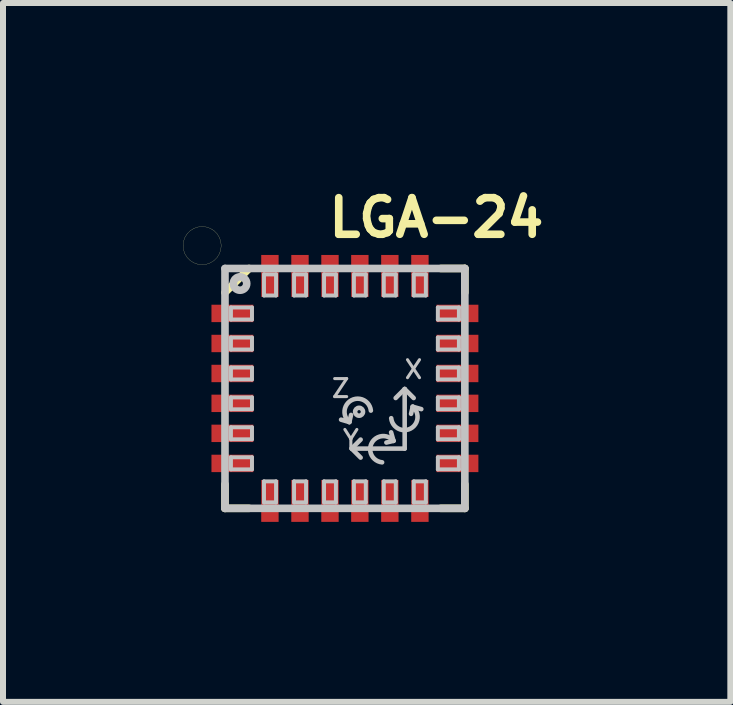
<source format=kicad_pcb>
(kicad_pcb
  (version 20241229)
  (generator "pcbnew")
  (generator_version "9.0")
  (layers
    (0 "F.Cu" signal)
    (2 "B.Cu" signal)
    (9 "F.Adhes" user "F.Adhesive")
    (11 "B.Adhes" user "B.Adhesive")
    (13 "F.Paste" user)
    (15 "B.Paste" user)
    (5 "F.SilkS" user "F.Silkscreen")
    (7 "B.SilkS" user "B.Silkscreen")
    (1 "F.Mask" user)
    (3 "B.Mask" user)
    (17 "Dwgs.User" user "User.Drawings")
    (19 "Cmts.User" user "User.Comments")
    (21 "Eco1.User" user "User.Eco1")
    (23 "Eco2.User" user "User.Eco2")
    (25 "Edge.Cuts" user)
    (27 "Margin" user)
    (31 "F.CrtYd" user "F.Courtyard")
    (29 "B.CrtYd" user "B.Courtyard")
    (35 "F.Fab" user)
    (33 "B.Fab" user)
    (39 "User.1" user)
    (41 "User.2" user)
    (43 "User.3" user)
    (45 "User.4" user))
  (footprint "LGA-24"
    (layer "F.Cu")
    (at 2.699 3.424)
    (property "Reference" "LGA-24" (at 1.524 -2.845 0) (layer "F.SilkS") (effects (font (size 0.61 0.61) (thickness 0.127))))
    (attr smd)
    (fp_line (start -2.697 -2.38) (end -2.69 -2.309) (stroke (width 0.003) (type solid)) (layer "F.SilkS"))
    (fp_line (start -2.69 -2.451) (end -2.697 -2.38) (stroke (width 0.003) (type solid)) (layer "F.SilkS"))
    (fp_line (start -2.69 -2.309) (end -2.667 -2.243) (stroke (width 0.003) (type solid)) (layer "F.SilkS"))
    (fp_line (start -2.667 -2.517) (end -2.69 -2.451) (stroke (width 0.003) (type solid)) (layer "F.SilkS"))
    (fp_line (start -2.667 -2.243) (end -2.629 -2.182) (stroke (width 0.003) (type solid)) (layer "F.SilkS"))
    (fp_line (start -2.629 -2.578) (end -2.667 -2.517) (stroke (width 0.003) (type solid)) (layer "F.SilkS"))
    (fp_line (start -2.629 -2.182) (end -2.578 -2.131) (stroke (width 0.003) (type solid)) (layer "F.SilkS"))
    (fp_line (start -2.578 -2.629) (end -2.629 -2.578) (stroke (width 0.003) (type solid)) (layer "F.SilkS"))
    (fp_line (start -2.578 -2.131) (end -2.517 -2.093) (stroke (width 0.003) (type solid)) (layer "F.SilkS"))
    (fp_line (start -2.517 -2.667) (end -2.578 -2.629) (stroke (width 0.003) (type solid)) (layer "F.SilkS"))
    (fp_line (start -2.517 -2.093) (end -2.451 -2.07) (stroke (width 0.003) (type solid)) (layer "F.SilkS"))
    (fp_line (start -2.451 -2.69) (end -2.517 -2.667) (stroke (width 0.003) (type solid)) (layer "F.SilkS"))
    (fp_line (start -2.451 -2.07) (end -2.38 -2.062) (stroke (width 0.003) (type solid)) (layer "F.SilkS"))
    (fp_line (start -2.38 -2.697) (end -2.451 -2.69) (stroke (width 0.003) (type solid)) (layer "F.SilkS"))
    (fp_line (start -2.38 -2.062) (end -2.309 -2.07) (stroke (width 0.003) (type solid)) (layer "F.SilkS"))
    (fp_line (start -2.309 -2.69) (end -2.38 -2.697) (stroke (width 0.003) (type solid)) (layer "F.SilkS"))
    (fp_line (start -2.309 -2.07) (end -2.243 -2.093) (stroke (width 0.003) (type solid)) (layer "F.SilkS"))
    (fp_line (start -2.243 -2.667) (end -2.309 -2.69) (stroke (width 0.003) (type solid)) (layer "F.SilkS"))
    (fp_line (start -2.243 -2.093) (end -2.182 -2.131) (stroke (width 0.003) (type solid)) (layer "F.SilkS"))
    (fp_line (start -2.182 -2.629) (end -2.243 -2.667) (stroke (width 0.003) (type solid)) (layer "F.SilkS"))
    (fp_line (start -2.182 -2.131) (end -2.131 -2.182) (stroke (width 0.003) (type solid)) (layer "F.SilkS"))
    (fp_line (start -2.131 -2.578) (end -2.182 -2.629) (stroke (width 0.003) (type solid)) (layer "F.SilkS"))
    (fp_line (start -2.131 -2.182) (end -2.093 -2.243) (stroke (width 0.003) (type solid)) (layer "F.SilkS"))
    (fp_line (start -2.093 -2.517) (end -2.131 -2.578) (stroke (width 0.003) (type solid)) (layer "F.SilkS"))
    (fp_line (start -2.093 -2.243) (end -2.07 -2.309) (stroke (width 0.003) (type solid)) (layer "F.SilkS"))
    (fp_line (start -2.07 -2.451) (end -2.093 -2.517) (stroke (width 0.003) (type solid)) (layer "F.SilkS"))
    (fp_line (start -2.07 -2.309) (end -2.062 -2.38) (stroke (width 0.003) (type solid)) (layer "F.SilkS"))
    (fp_line (start -2.062 -2.38) (end -2.07 -2.451) (stroke (width 0.003) (type solid)) (layer "F.SilkS"))
    (fp_line (start -1.999 -1.598) (end -1.598 -1.999) (stroke (width 0.127) (type solid)) (layer "F.SilkS"))
    (fp_line (start -1.999 1.999) (end -1.999 1.598) (stroke (width 0.127) (type solid)) (layer "F.SilkS"))
    (fp_line (start -1.999 1.999) (end -1.598 1.999) (stroke (width 0.127) (type solid)) (layer "F.SilkS"))
    (fp_line (start 1.999 -1.999) (end 1.598 -1.999) (stroke (width 0.127) (type solid)) (layer "F.SilkS"))
    (fp_line (start 1.999 -1.999) (end 1.999 -1.598) (stroke (width 0.127) (type solid)) (layer "F.SilkS"))
    (fp_line (start 1.999 1.999) (end 1.598 1.999) (stroke (width 0.127) (type solid)) (layer "F.SilkS"))
    (fp_line (start 1.999 1.999) (end 1.999 1.598) (stroke (width 0.127) (type solid)) (layer "F.SilkS"))
    (fp_line (start -1.999 -1.999) (end 1.999 -1.999) (stroke (width 0.127) (type solid)) (layer "Dwgs.User"))
    (fp_line (start -1.999 1.999) (end -1.999 -1.999) (stroke (width 0.127) (type solid)) (layer "Dwgs.User"))
    (fp_line (start -1.9 -1.349) (end -1.549 -1.349) (stroke (width 0.066) (type solid)) (layer "Dwgs.User"))
    (fp_line (start -1.9 -1.148) (end -1.9 -1.349) (stroke (width 0.066) (type solid)) (layer "Dwgs.User"))
    (fp_line (start -1.9 -1.148) (end -1.549 -1.148) (stroke (width 0.066) (type solid)) (layer "Dwgs.User"))
    (fp_line (start -1.9 -0.848) (end -1.549 -0.848) (stroke (width 0.066) (type solid)) (layer "Dwgs.User"))
    (fp_line (start -1.9 -0.648) (end -1.9 -0.848) (stroke (width 0.066) (type solid)) (layer "Dwgs.User"))
    (fp_line (start -1.9 -0.648) (end -1.549 -0.648) (stroke (width 0.066) (type solid)) (layer "Dwgs.User"))
    (fp_line (start -1.9 -0.348) (end -1.549 -0.348) (stroke (width 0.066) (type solid)) (layer "Dwgs.User"))
    (fp_line (start -1.9 -0.15) (end -1.9 -0.348) (stroke (width 0.066) (type solid)) (layer "Dwgs.User"))
    (fp_line (start -1.9 -0.15) (end -1.549 -0.15) (stroke (width 0.066) (type solid)) (layer "Dwgs.User"))
    (fp_line (start -1.9 0.15) (end -1.549 0.15) (stroke (width 0.066) (type solid)) (layer "Dwgs.User"))
    (fp_line (start -1.9 0.348) (end -1.9 0.15) (stroke (width 0.066) (type solid)) (layer "Dwgs.User"))
    (fp_line (start -1.9 0.348) (end -1.549 0.348) (stroke (width 0.066) (type solid)) (layer "Dwgs.User"))
    (fp_line (start -1.9 0.648) (end -1.549 0.648) (stroke (width 0.066) (type solid)) (layer "Dwgs.User"))
    (fp_line (start -1.9 0.848) (end -1.9 0.648) (stroke (width 0.066) (type solid)) (layer "Dwgs.User"))
    (fp_line (start -1.9 0.848) (end -1.549 0.848) (stroke (width 0.066) (type solid)) (layer "Dwgs.User"))
    (fp_line (start -1.9 1.148) (end -1.549 1.148) (stroke (width 0.066) (type solid)) (layer "Dwgs.User"))
    (fp_line (start -1.9 1.349) (end -1.9 1.148) (stroke (width 0.066) (type solid)) (layer "Dwgs.User"))
    (fp_line (start -1.9 1.349) (end -1.549 1.349) (stroke (width 0.066) (type solid)) (layer "Dwgs.User"))
    (fp_line (start -1.549 -1.148) (end -1.549 -1.349) (stroke (width 0.066) (type solid)) (layer "Dwgs.User"))
    (fp_line (start -1.549 -0.648) (end -1.549 -0.848) (stroke (width 0.066) (type solid)) (layer "Dwgs.User"))
    (fp_line (start -1.549 -0.15) (end -1.549 -0.348) (stroke (width 0.066) (type solid)) (layer "Dwgs.User"))
    (fp_line (start -1.549 0.348) (end -1.549 0.15) (stroke (width 0.066) (type solid)) (layer "Dwgs.User"))
    (fp_line (start -1.549 0.848) (end -1.549 0.648) (stroke (width 0.066) (type solid)) (layer "Dwgs.User"))
    (fp_line (start -1.549 1.349) (end -1.549 1.148) (stroke (width 0.066) (type solid)) (layer "Dwgs.User"))
    (fp_line (start -1.349 -1.9) (end -1.148 -1.9) (stroke (width 0.066) (type solid)) (layer "Dwgs.User"))
    (fp_line (start -1.349 -1.549) (end -1.349 -1.9) (stroke (width 0.066) (type solid)) (layer "Dwgs.User"))
    (fp_line (start -1.349 -1.549) (end -1.148 -1.549) (stroke (width 0.066) (type solid)) (layer "Dwgs.User"))
    (fp_line (start -1.349 1.549) (end -1.148 1.549) (stroke (width 0.066) (type solid)) (layer "Dwgs.User"))
    (fp_line (start -1.349 1.9) (end -1.349 1.549) (stroke (width 0.066) (type solid)) (layer "Dwgs.User"))
    (fp_line (start -1.349 1.9) (end -1.148 1.9) (stroke (width 0.066) (type solid)) (layer "Dwgs.User"))
    (fp_line (start -1.148 -1.549) (end -1.148 -1.9) (stroke (width 0.066) (type solid)) (layer "Dwgs.User"))
    (fp_line (start -1.148 1.9) (end -1.148 1.549) (stroke (width 0.066) (type solid)) (layer "Dwgs.User"))
    (fp_line (start -0.848 -1.9) (end -0.648 -1.9) (stroke (width 0.066) (type solid)) (layer "Dwgs.User"))
    (fp_line (start -0.848 -1.549) (end -0.848 -1.9) (stroke (width 0.066) (type solid)) (layer "Dwgs.User"))
    (fp_line (start -0.848 -1.549) (end -0.648 -1.549) (stroke (width 0.066) (type solid)) (layer "Dwgs.User"))
    (fp_line (start -0.848 1.549) (end -0.648 1.549) (stroke (width 0.066) (type solid)) (layer "Dwgs.User"))
    (fp_line (start -0.848 1.9) (end -0.848 1.549) (stroke (width 0.066) (type solid)) (layer "Dwgs.User"))
    (fp_line (start -0.848 1.9) (end -0.648 1.9) (stroke (width 0.066) (type solid)) (layer "Dwgs.User"))
    (fp_line (start -0.648 -1.549) (end -0.648 -1.9) (stroke (width 0.066) (type solid)) (layer "Dwgs.User"))
    (fp_line (start -0.648 1.9) (end -0.648 1.549) (stroke (width 0.066) (type solid)) (layer "Dwgs.User"))
    (fp_line (start -0.348 -1.9) (end -0.15 -1.9) (stroke (width 0.066) (type solid)) (layer "Dwgs.User"))
    (fp_line (start -0.348 -1.549) (end -0.348 -1.9) (stroke (width 0.066) (type solid)) (layer "Dwgs.User"))
    (fp_line (start -0.348 -1.549) (end -0.15 -1.549) (stroke (width 0.066) (type solid)) (layer "Dwgs.User"))
    (fp_line (start -0.348 1.549) (end -0.15 1.549) (stroke (width 0.066) (type solid)) (layer "Dwgs.User"))
    (fp_line (start -0.348 1.9) (end -0.348 1.549) (stroke (width 0.066) (type solid)) (layer "Dwgs.User"))
    (fp_line (start -0.348 1.9) (end -0.15 1.9) (stroke (width 0.066) (type solid)) (layer "Dwgs.User"))
    (fp_line (start -0.15 -1.549) (end -0.15 -1.9) (stroke (width 0.066) (type solid)) (layer "Dwgs.User"))
    (fp_line (start -0.15 1.9) (end -0.15 1.549) (stroke (width 0.066) (type solid)) (layer "Dwgs.User"))
    (fp_line (start 0.074 0.561) (end -0.064 0.521) (stroke (width 0.076) (type solid)) (layer "Dwgs.User"))
    (fp_line (start 0.074 0.561) (end 0.102 0.442) (stroke (width 0.076) (type solid)) (layer "Dwgs.User"))
    (fp_line (start 0.112 1.003) (end 0.262 0.853) (stroke (width 0.076) (type solid)) (layer "Dwgs.User"))
    (fp_line (start 0.112 1.003) (end 0.262 1.153) (stroke (width 0.076) (type solid)) (layer "Dwgs.User"))
    (fp_line (start 0.114 1.003) (end 0.996 1.003) (stroke (width 0.076) (type solid)) (layer "Dwgs.User"))
    (fp_line (start 0.15 -1.9) (end 0.348 -1.9) (stroke (width 0.066) (type solid)) (layer "Dwgs.User"))
    (fp_line (start 0.15 -1.549) (end 0.15 -1.9) (stroke (width 0.066) (type solid)) (layer "Dwgs.User"))
    (fp_line (start 0.15 -1.549) (end 0.348 -1.549) (stroke (width 0.066) (type solid)) (layer "Dwgs.User"))
    (fp_line (start 0.15 1.549) (end 0.348 1.549) (stroke (width 0.066) (type solid)) (layer "Dwgs.User"))
    (fp_line (start 0.15 1.9) (end 0.15 1.549) (stroke (width 0.066) (type solid)) (layer "Dwgs.User"))
    (fp_line (start 0.15 1.9) (end 0.348 1.9) (stroke (width 0.066) (type solid)) (layer "Dwgs.User"))
    (fp_line (start 0.348 -1.549) (end 0.348 -1.9) (stroke (width 0.066) (type solid)) (layer "Dwgs.User"))
    (fp_line (start 0.348 1.9) (end 0.348 1.549) (stroke (width 0.066) (type solid)) (layer "Dwgs.User"))
    (fp_line (start 0.648 -1.9) (end 0.848 -1.9) (stroke (width 0.066) (type solid)) (layer "Dwgs.User"))
    (fp_line (start 0.648 -1.549) (end 0.648 -1.9) (stroke (width 0.066) (type solid)) (layer "Dwgs.User"))
    (fp_line (start 0.648 -1.549) (end 0.848 -1.549) (stroke (width 0.066) (type solid)) (layer "Dwgs.User"))
    (fp_line (start 0.648 1.549) (end 0.848 1.549) (stroke (width 0.066) (type solid)) (layer "Dwgs.User"))
    (fp_line (start 0.648 1.9) (end 0.648 1.549) (stroke (width 0.066) (type solid)) (layer "Dwgs.User"))
    (fp_line (start 0.648 1.9) (end 0.848 1.9) (stroke (width 0.066) (type solid)) (layer "Dwgs.User"))
    (fp_line (start 0.81 0.874) (end 0.691 0.902) (stroke (width 0.076) (type solid)) (layer "Dwgs.User"))
    (fp_line (start 0.81 0.874) (end 0.77 0.732) (stroke (width 0.076) (type solid)) (layer "Dwgs.User"))
    (fp_line (start 0.848 -1.549) (end 0.848 -1.9) (stroke (width 0.066) (type solid)) (layer "Dwgs.User"))
    (fp_line (start 0.848 1.9) (end 0.848 1.549) (stroke (width 0.066) (type solid)) (layer "Dwgs.User"))
    (fp_line (start 0.996 0.01) (end 0.846 0.16) (stroke (width 0.076) (type solid)) (layer "Dwgs.User"))
    (fp_line (start 0.996 0.01) (end 0.996 1.003) (stroke (width 0.076) (type solid)) (layer "Dwgs.User"))
    (fp_line (start 0.996 0.01) (end 1.146 0.16) (stroke (width 0.076) (type solid)) (layer "Dwgs.User"))
    (fp_line (start 1.13 0.305) (end 1.102 0.424) (stroke (width 0.076) (type solid)) (layer "Dwgs.User"))
    (fp_line (start 1.13 0.305) (end 1.273 0.345) (stroke (width 0.076) (type solid)) (layer "Dwgs.User"))
    (fp_line (start 1.148 -1.9) (end 1.349 -1.9) (stroke (width 0.066) (type solid)) (layer "Dwgs.User"))
    (fp_line (start 1.148 -1.549) (end 1.148 -1.9) (stroke (width 0.066) (type solid)) (layer "Dwgs.User"))
    (fp_line (start 1.148 -1.549) (end 1.349 -1.549) (stroke (width 0.066) (type solid)) (layer "Dwgs.User"))
    (fp_line (start 1.148 1.549) (end 1.349 1.549) (stroke (width 0.066) (type solid)) (layer "Dwgs.User"))
    (fp_line (start 1.148 1.9) (end 1.148 1.549) (stroke (width 0.066) (type solid)) (layer "Dwgs.User"))
    (fp_line (start 1.148 1.9) (end 1.349 1.9) (stroke (width 0.066) (type solid)) (layer "Dwgs.User"))
    (fp_line (start 1.349 -1.549) (end 1.349 -1.9) (stroke (width 0.066) (type solid)) (layer "Dwgs.User"))
    (fp_line (start 1.349 1.9) (end 1.349 1.549) (stroke (width 0.066) (type solid)) (layer "Dwgs.User"))
    (fp_line (start 1.549 -1.349) (end 1.9 -1.349) (stroke (width 0.066) (type solid)) (layer "Dwgs.User"))
    (fp_line (start 1.549 -1.148) (end 1.549 -1.349) (stroke (width 0.066) (type solid)) (layer "Dwgs.User"))
    (fp_line (start 1.549 -1.148) (end 1.9 -1.148) (stroke (width 0.066) (type solid)) (layer "Dwgs.User"))
    (fp_line (start 1.549 -0.848) (end 1.9 -0.848) (stroke (width 0.066) (type solid)) (layer "Dwgs.User"))
    (fp_line (start 1.549 -0.648) (end 1.549 -0.848) (stroke (width 0.066) (type solid)) (layer "Dwgs.User"))
    (fp_line (start 1.549 -0.648) (end 1.9 -0.648) (stroke (width 0.066) (type solid)) (layer "Dwgs.User"))
    (fp_line (start 1.549 -0.348) (end 1.9 -0.348) (stroke (width 0.066) (type solid)) (layer "Dwgs.User"))
    (fp_line (start 1.549 -0.15) (end 1.549 -0.348) (stroke (width 0.066) (type solid)) (layer "Dwgs.User"))
    (fp_line (start 1.549 -0.15) (end 1.9 -0.15) (stroke (width 0.066) (type solid)) (layer "Dwgs.User"))
    (fp_line (start 1.549 0.15) (end 1.9 0.15) (stroke (width 0.066) (type solid)) (layer "Dwgs.User"))
    (fp_line (start 1.549 0.348) (end 1.549 0.15) (stroke (width 0.066) (type solid)) (layer "Dwgs.User"))
    (fp_line (start 1.549 0.348) (end 1.9 0.348) (stroke (width 0.066) (type solid)) (layer "Dwgs.User"))
    (fp_line (start 1.549 0.648) (end 1.9 0.648) (stroke (width 0.066) (type solid)) (layer "Dwgs.User"))
    (fp_line (start 1.549 0.848) (end 1.549 0.648) (stroke (width 0.066) (type solid)) (layer "Dwgs.User"))
    (fp_line (start 1.549 0.848) (end 1.9 0.848) (stroke (width 0.066) (type solid)) (layer "Dwgs.User"))
    (fp_line (start 1.549 1.148) (end 1.9 1.148) (stroke (width 0.066) (type solid)) (layer "Dwgs.User"))
    (fp_line (start 1.549 1.349) (end 1.549 1.148) (stroke (width 0.066) (type solid)) (layer "Dwgs.User"))
    (fp_line (start 1.549 1.349) (end 1.9 1.349) (stroke (width 0.066) (type solid)) (layer "Dwgs.User"))
    (fp_line (start 1.9 -1.148) (end 1.9 -1.349) (stroke (width 0.066) (type solid)) (layer "Dwgs.User"))
    (fp_line (start 1.9 -0.648) (end 1.9 -0.848) (stroke (width 0.066) (type solid)) (layer "Dwgs.User"))
    (fp_line (start 1.9 -0.15) (end 1.9 -0.348) (stroke (width 0.066) (type solid)) (layer "Dwgs.User"))
    (fp_line (start 1.9 0.348) (end 1.9 0.15) (stroke (width 0.066) (type solid)) (layer "Dwgs.User"))
    (fp_line (start 1.9 0.848) (end 1.9 0.648) (stroke (width 0.066) (type solid)) (layer "Dwgs.User"))
    (fp_line (start 1.9 1.349) (end 1.9 1.148) (stroke (width 0.066) (type solid)) (layer "Dwgs.User"))
    (fp_line (start 1.999 -1.999) (end 1.999 1.999) (stroke (width 0.127) (type solid)) (layer "Dwgs.User"))
    (fp_line (start 1.999 1.999) (end -1.999 1.999) (stroke (width 0.127) (type solid)) (layer "Dwgs.User"))
    (fp_arc (start 0.07366 0.56134) (mid 0.109595 0.196969) (end 0.432478 0.369607) (stroke (width 0.0762) (type solid)) (layer "Dwgs.User"))
    (fp_arc (start 0.61976 1.2319) (mid 0.446044 0.911093) (end 0.808909 0.873368) (stroke (width 0.0762) (type solid)) (layer "Dwgs.User"))
    (fp_arc (start 1.1303 0.3048) (mid 1.094365 0.669171) (end 0.771482 0.496533) (stroke (width 0.0762) (type solid)) (layer "Dwgs.User"))
    (fp_circle (center -1.748 -1.748) (end -1.748 -1.796) (stroke (width 0.127) (type solid)) (fill no) (layer "Dwgs.User"))
    (fp_circle (center 0.236 0.389) (end 0.236 0.361) (stroke (width 0.076) (type solid)) (fill no) (layer "Dwgs.User"))
    (fp_text user "Y" (at 0.099 0.848 0) (layer "Dwgs.User") (effects (font (size 0.3 0.3) (thickness 0.051))))
    (fp_text user "X" (at 1.143 -0.315 0) (layer "Dwgs.User") (effects (font (size 0.3 0.3) (thickness 0.051))))
    (fp_text user "Z" (at -0.071 0 0) (layer "Dwgs.User") (effects (font (size 0.3 0.3) (thickness 0.051))))
    (pad "1" smd rect (at -1.875 -1.25 90) (size 0.29 0.699) (layers "F.Cu" "F.Mask" "F.Paste"))
    (pad "2" smd rect (at -1.875 -0.749 90) (size 0.29 0.699) (layers "F.Cu" "F.Mask" "F.Paste"))
    (pad "3" smd rect (at -1.875 -0.249 90) (size 0.29 0.699) (layers "F.Cu" "F.Mask" "F.Paste"))
    (pad "4" smd rect (at -1.875 0.249 90) (size 0.29 0.699) (layers "F.Cu" "F.Mask" "F.Paste"))
    (pad "5" smd rect (at -1.875 0.749 90) (size 0.29 0.699) (layers "F.Cu" "F.Mask" "F.Paste"))
    (pad "6" smd rect (at -1.875 1.25 90) (size 0.29 0.699) (layers "F.Cu" "F.Mask" "F.Paste"))
    (pad "7" smd rect (at -1.25 1.875 180) (size 0.29 0.699) (layers "F.Cu" "F.Mask" "F.Paste"))
    (pad "8" smd rect (at -0.749 1.875 180) (size 0.29 0.699) (layers "F.Cu" "F.Mask" "F.Paste"))
    (pad "9" smd rect (at -0.249 1.875 180) (size 0.29 0.699) (layers "F.Cu" "F.Mask" "F.Paste"))
    (pad "10" smd rect (at 0.249 1.875 180) (size 0.29 0.699) (layers "F.Cu" "F.Mask" "F.Paste"))
    (pad "11" smd rect (at 0.749 1.875 180) (size 0.29 0.699) (layers "F.Cu" "F.Mask" "F.Paste"))
    (pad "12" smd rect (at 1.25 1.875 180) (size 0.29 0.699) (layers "F.Cu" "F.Mask" "F.Paste"))
    (pad "13" smd rect (at 1.875 1.25 270) (size 0.29 0.699) (layers "F.Cu" "F.Mask" "F.Paste"))
    (pad "14" smd rect (at 1.875 0.749 270) (size 0.29 0.699) (layers "F.Cu" "F.Mask" "F.Paste"))
    (pad "15" smd rect (at 1.875 0.249 270) (size 0.29 0.699) (layers "F.Cu" "F.Mask" "F.Paste"))
    (pad "16" smd rect (at 1.875 -0.249 270) (size 0.29 0.699) (layers "F.Cu" "F.Mask" "F.Paste"))
    (pad "17" smd rect (at 1.875 -0.749 270) (size 0.29 0.699) (layers "F.Cu" "F.Mask" "F.Paste"))
    (pad "18" smd rect (at 1.875 -1.25 270) (size 0.29 0.699) (layers "F.Cu" "F.Mask" "F.Paste"))
    (pad "19" smd rect (at 1.25 -1.875) (size 0.29 0.699) (layers "F.Cu" "F.Mask" "F.Paste"))
    (pad "20" smd rect (at 0.749 -1.875) (size 0.29 0.699) (layers "F.Cu" "F.Mask" "F.Paste"))
    (pad "21" smd rect (at 0.249 -1.875) (size 0.29 0.699) (layers "F.Cu" "F.Mask" "F.Paste"))
    (pad "22" smd rect (at -0.249 -1.875) (size 0.29 0.699) (layers "F.Cu" "F.Mask" "F.Paste"))
    (pad "23" smd rect (at -0.749 -1.875) (size 0.29 0.699) (layers "F.Cu" "F.Mask" "F.Paste"))
    (pad "24" smd rect (at -1.25 -1.875) (size 0.29 0.699) (layers "F.Cu" "F.Mask" "F.Paste")))
  (gr_rect
    (start -3 -3)
    (end 9.123 8.648)
    (stroke (width 0.1) (type default))
    (fill no)
    (layer "Edge.Cuts")))
</source>
